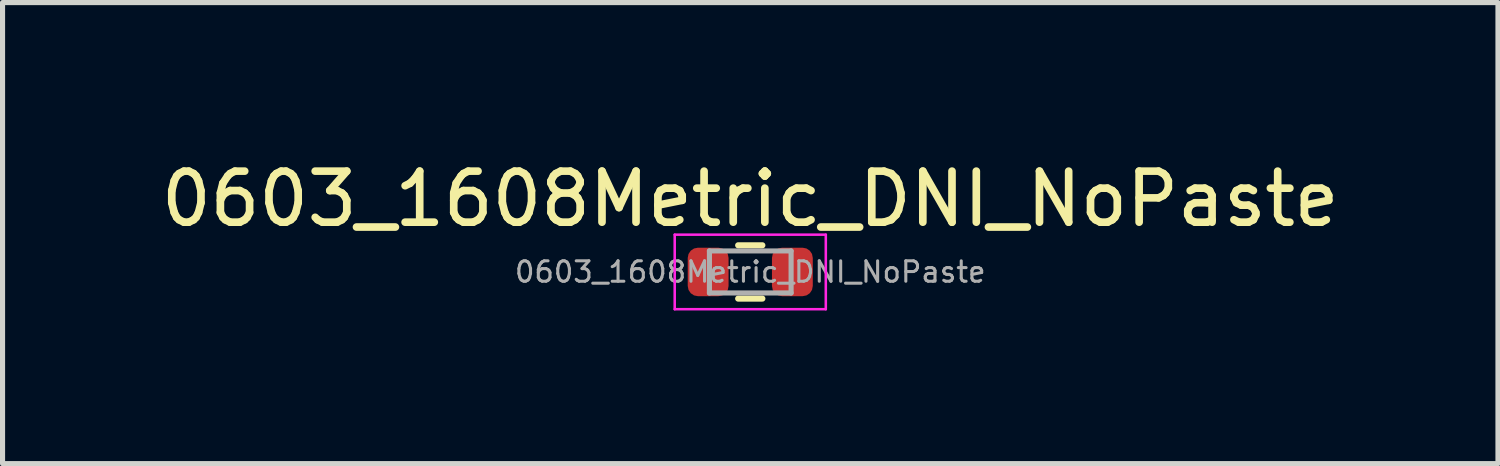
<source format=kicad_pcb>
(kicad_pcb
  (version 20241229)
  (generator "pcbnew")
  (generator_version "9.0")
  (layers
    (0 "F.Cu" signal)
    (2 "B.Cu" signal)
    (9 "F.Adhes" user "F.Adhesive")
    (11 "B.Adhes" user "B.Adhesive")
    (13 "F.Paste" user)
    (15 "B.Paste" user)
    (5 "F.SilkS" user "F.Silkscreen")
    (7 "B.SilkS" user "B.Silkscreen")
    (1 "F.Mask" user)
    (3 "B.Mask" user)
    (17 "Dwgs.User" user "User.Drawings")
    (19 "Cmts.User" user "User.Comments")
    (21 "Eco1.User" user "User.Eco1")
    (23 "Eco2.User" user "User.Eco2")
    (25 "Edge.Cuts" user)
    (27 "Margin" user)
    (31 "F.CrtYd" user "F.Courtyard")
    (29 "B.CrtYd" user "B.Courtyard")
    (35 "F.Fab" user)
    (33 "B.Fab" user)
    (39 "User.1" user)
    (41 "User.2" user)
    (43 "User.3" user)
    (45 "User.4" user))
  (footprint "0603_1608Metric_DNI_NoPaste"
    (layer "F.Cu")
    (at 11.649 2.278)
    (property "Reference" "0603_1608Metric_DNI_NoPaste" (at 0 -1.43 0) (layer "F.SilkS") (effects (font (size 1 1) (thickness 0.15))))
    (attr smd)
    (fp_line (start -0.237 -0.522) (end 0.237 -0.522) (stroke (width 0.12) (type solid)) (layer "F.SilkS"))
    (fp_line (start -0.237 0.522) (end 0.237 0.522) (stroke (width 0.12) (type solid)) (layer "F.SilkS"))
    (fp_line (start -1.48 -0.73) (end 1.48 -0.73) (stroke (width 0.05) (type solid)) (layer "F.CrtYd"))
    (fp_line (start -1.48 0.73) (end -1.48 -0.73) (stroke (width 0.05) (type solid)) (layer "F.CrtYd"))
    (fp_line (start 1.48 -0.73) (end 1.48 0.73) (stroke (width 0.05) (type solid)) (layer "F.CrtYd"))
    (fp_line (start 1.48 0.73) (end -1.48 0.73) (stroke (width 0.05) (type solid)) (layer "F.CrtYd"))
    (fp_line (start -0.8 -0.412) (end 0.8 -0.412) (stroke (width 0.1) (type solid)) (layer "F.Fab"))
    (fp_line (start -0.8 0.412) (end -0.8 -0.412) (stroke (width 0.1) (type solid)) (layer "F.Fab"))
    (fp_line (start 0.8 -0.412) (end 0.8 0.412) (stroke (width 0.1) (type solid)) (layer "F.Fab"))
    (fp_line (start 0.8 0.412) (end -0.8 0.412) (stroke (width 0.1) (type solid)) (layer "F.Fab"))
    (fp_text user "${REFERENCE}" (at 0 0 0) (layer "F.Fab") (effects (font (size 0.4 0.4) (thickness 0.06))))
    (pad "1" smd roundrect (at -0.825 0) (size 0.8 0.95) (layers "F.Cu" "F.Mask") (roundrect_rratio 0.25))
    (pad "2" smd roundrect (at 0.825 0) (size 0.8 0.95) (layers "F.Cu" "F.Mask") (roundrect_rratio 0.25)))
  (gr_rect
    (start -3 -3)
    (end 26.298 6.033)
    (stroke (width 0.1) (type default))
    (fill no)
    (layer "Edge.Cuts")))
</source>
